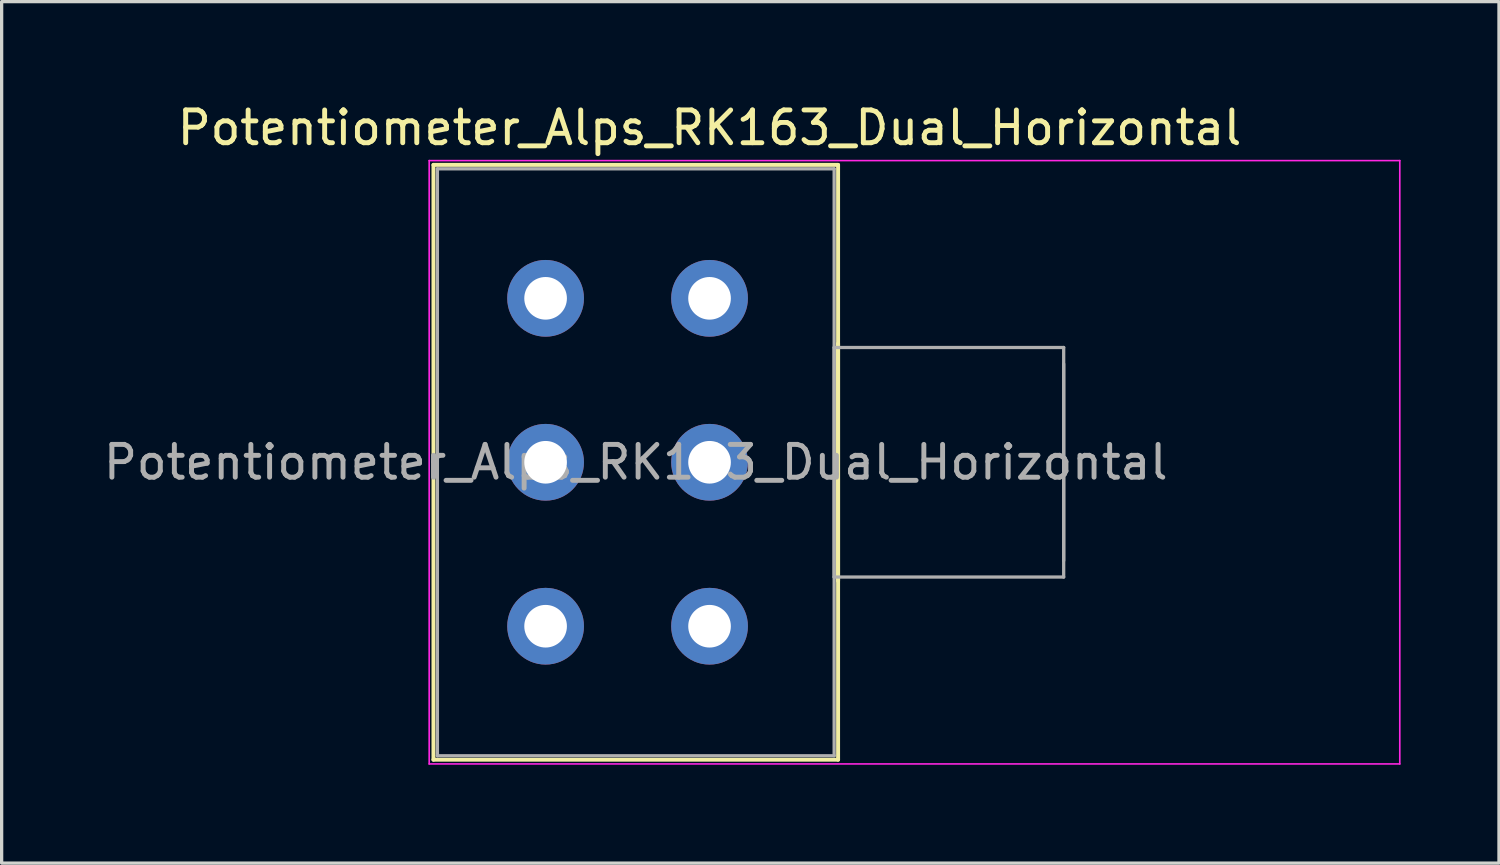
<source format=kicad_pcb>
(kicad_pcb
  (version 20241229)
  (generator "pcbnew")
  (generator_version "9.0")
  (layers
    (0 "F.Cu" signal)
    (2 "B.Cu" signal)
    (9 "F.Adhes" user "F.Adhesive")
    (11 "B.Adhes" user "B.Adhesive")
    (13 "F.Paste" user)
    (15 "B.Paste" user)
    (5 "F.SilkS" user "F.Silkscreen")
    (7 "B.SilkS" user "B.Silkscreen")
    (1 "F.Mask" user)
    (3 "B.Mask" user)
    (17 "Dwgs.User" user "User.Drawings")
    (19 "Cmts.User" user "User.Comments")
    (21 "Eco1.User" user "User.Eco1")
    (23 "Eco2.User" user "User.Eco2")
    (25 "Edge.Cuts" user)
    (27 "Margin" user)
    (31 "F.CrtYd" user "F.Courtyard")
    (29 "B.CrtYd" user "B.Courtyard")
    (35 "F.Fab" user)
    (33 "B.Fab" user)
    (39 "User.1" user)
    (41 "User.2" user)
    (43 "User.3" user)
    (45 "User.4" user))
  (footprint "Potentiometer_Alps_RK163_Dual_Horizontal"
    (layer "F.Cu")
    (at 18.589 16.048)
    (property "Reference" "Potentiometer_Alps_RK163_Dual_Horizontal" (at 0 -15.2 0) (layer "F.SilkS") (effects (font (size 1 1) (thickness 0.15))))
    (attr through_hole)
    (fp_line (start -8.42 -14.07) (end -8.42 4.07) (stroke (width 0.12) (type solid)) (layer "F.SilkS"))
    (fp_line (start -8.42 -14.07) (end 3.92 -14.07) (stroke (width 0.12) (type solid)) (layer "F.SilkS"))
    (fp_line (start -8.42 4.07) (end 3.92 4.07) (stroke (width 0.12) (type solid)) (layer "F.SilkS"))
    (fp_line (start 3.92 -14.07) (end 3.92 4.07) (stroke (width 0.12) (type solid)) (layer "F.SilkS"))
    (fp_line (start 3.92 -8.62) (end 3.92 -1.38) (stroke (width 0.12) (type solid)) (layer "F.SilkS"))
    (fp_line (start -8.55 -14.2) (end -8.55 4.2) (stroke (width 0.05) (type solid)) (layer "F.CrtYd"))
    (fp_line (start -8.55 4.2) (end 21.05 4.2) (stroke (width 0.05) (type solid)) (layer "F.CrtYd"))
    (fp_line (start 21.05 -14.2) (end -8.55 -14.2) (stroke (width 0.05) (type solid)) (layer "F.CrtYd"))
    (fp_line (start 21.05 4.2) (end 21.05 -14.2) (stroke (width 0.05) (type solid)) (layer "F.CrtYd"))
    (fp_line (start -8.3 -13.95) (end -8.3 3.95) (stroke (width 0.1) (type solid)) (layer "F.Fab"))
    (fp_line (start -8.3 3.95) (end 3.8 3.95) (stroke (width 0.1) (type solid)) (layer "F.Fab"))
    (fp_line (start 3.8 -13.95) (end -8.3 -13.95) (stroke (width 0.1) (type solid)) (layer "F.Fab"))
    (fp_line (start 3.8 -8.5) (end 3.8 -1.5) (stroke (width 0.1) (type solid)) (layer "F.Fab"))
    (fp_line (start 3.8 -1.5) (end 10.8 -1.5) (stroke (width 0.1) (type solid)) (layer "F.Fab"))
    (fp_line (start 3.8 3.95) (end 3.8 -13.95) (stroke (width 0.1) (type solid)) (layer "F.Fab"))
    (fp_line (start 10.8 -8.5) (end 3.8 -8.5) (stroke (width 0.1) (type solid)) (layer "F.Fab"))
    (fp_line (start 10.8 -8) (end 10.8 -2) (stroke (width 0.1) (type solid)) (layer "F.Fab"))
    (fp_line (start 10.8 -1.5) (end 10.8 -8.5) (stroke (width 0.1) (type solid)) (layer "F.Fab"))
    (fp_text user "${REFERENCE}" (at -2.25 -5 0) (layer "F.Fab") (effects (font (size 1 1) (thickness 0.15))))
    (pad "1" thru_hole circle (at 0 0) (size 2.34 2.34) (drill 1.3) (layers "*.Cu" "*.Mask"))
    (pad "2" thru_hole circle (at 0 -5) (size 2.34 2.34) (drill 1.3) (layers "*.Cu" "*.Mask"))
    (pad "3" thru_hole circle (at 0 -10) (size 2.34 2.34) (drill 1.3) (layers "*.Cu" "*.Mask"))
    (pad "4" thru_hole circle (at -5 0) (size 2.34 2.34) (drill 1.3) (layers "*.Cu" "*.Mask"))
    (pad "5" thru_hole circle (at -5 -5) (size 2.34 2.34) (drill 1.3) (layers "*.Cu" "*.Mask"))
    (pad "6" thru_hole circle (at -5 -10) (size 2.34 2.34) (drill 1.3) (layers "*.Cu" "*.Mask")))
  (gr_rect
    (start -3 -3)
    (end 42.664 23.273)
    (stroke (width 0.1) (type default))
    (fill no)
    (layer "Edge.Cuts")))
</source>
